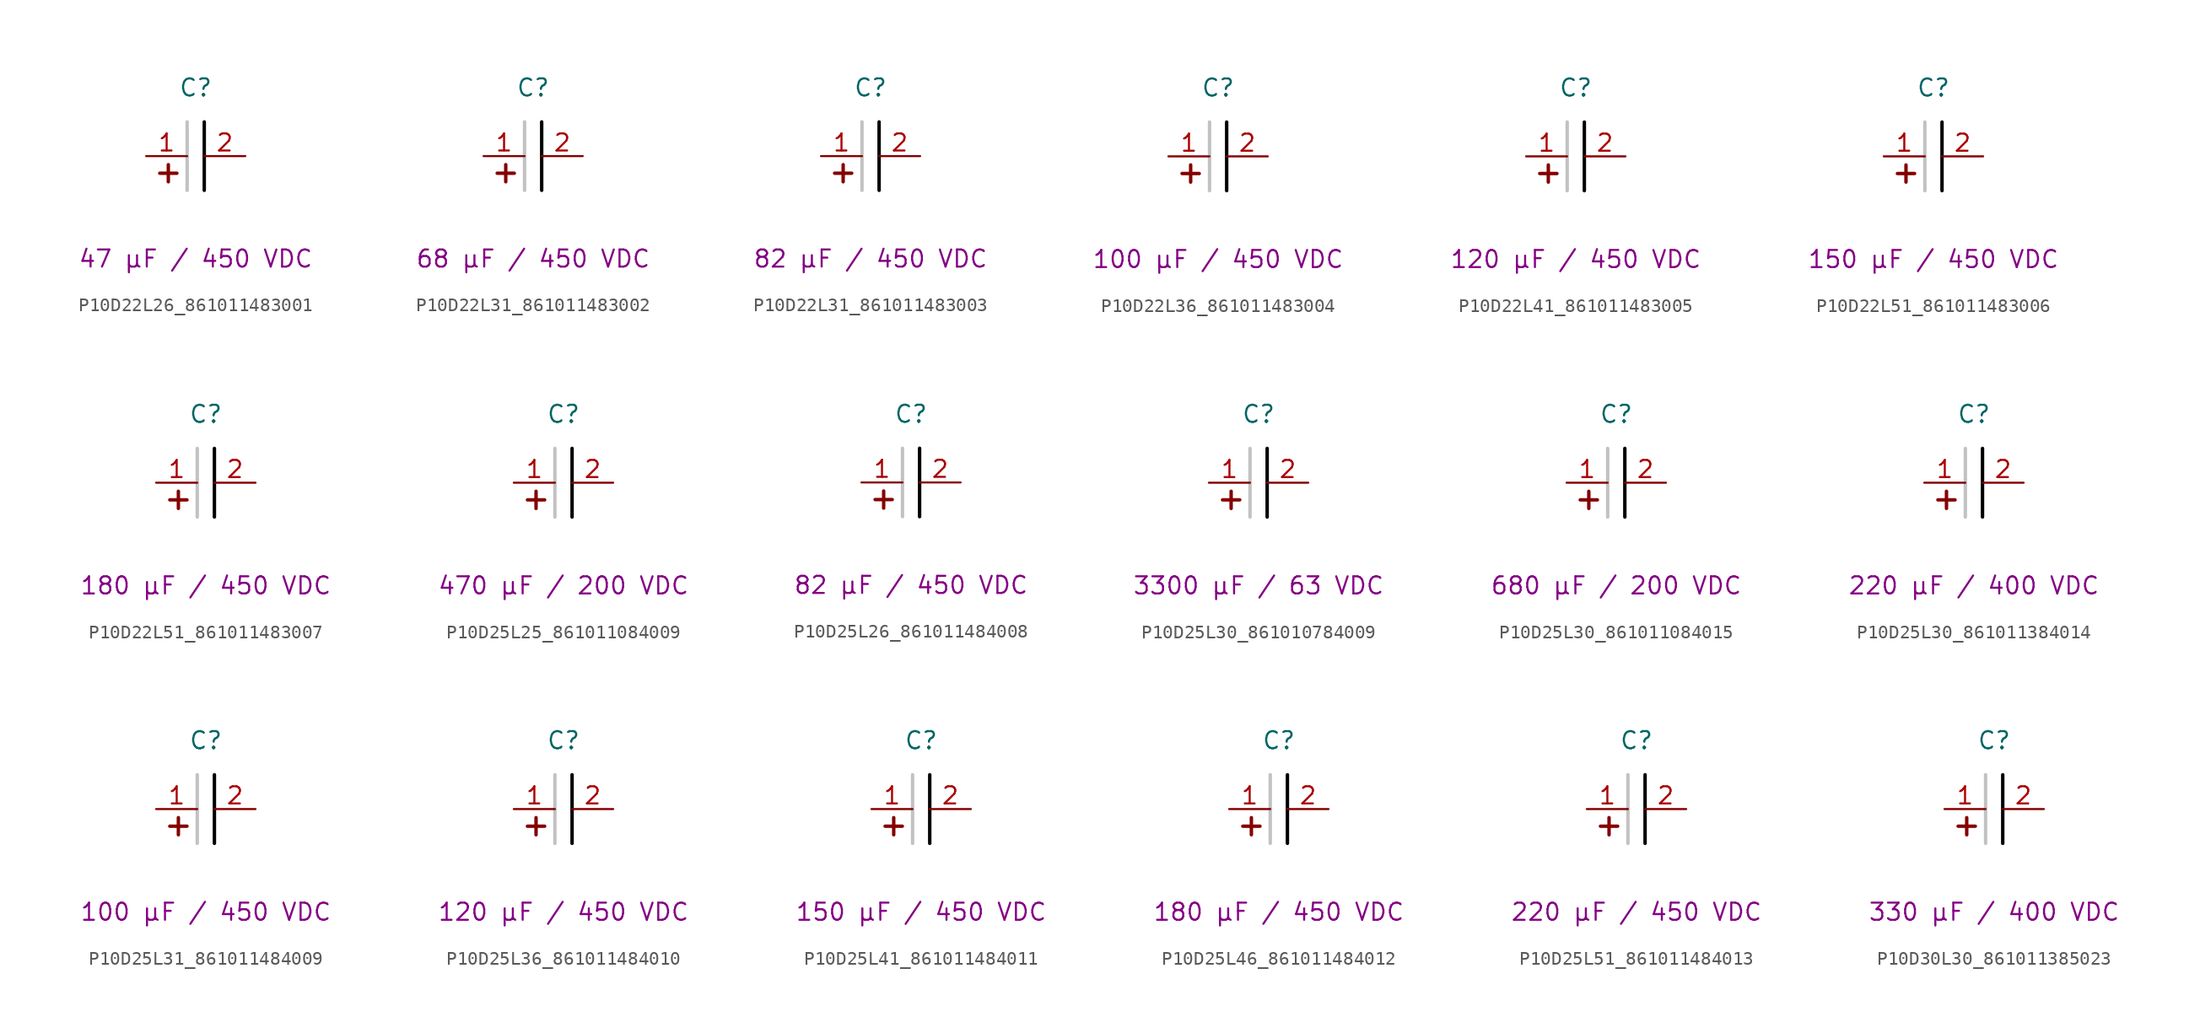
<source format=kicad_sym>
(kicad_symbol_lib
  (version 20220914)
  (generator kicad_symbol_editor)
  (symbol "P10D22L26_861011483001"
    (pin_names hide)
    (property "Reference" "C"
      (at 0 5.08 0)
      (effects (font (size 1.27 1.27))))
    (property "Critical Parameter" "47 µF / 450 VDC"
      (at 0 -7.62 0)
      (effects (font (size 1.27 1.27))))
    (symbol "P10D22L26_861011483001_1_1"
      (polyline (pts (xy -2.667 -1.27) (xy -1.397 -1.27)) (stroke (width 0.254) (type default)) (fill (type none)))
      (polyline (pts (xy -2.032 -0.635) (xy -2.032 -1.905)) (stroke (width 0.254) (type default)) (fill (type none)))
      (polyline (pts (xy -0.635 2.54) (xy -0.635 -2.54)) (stroke (width 0.254) (type default) (color 194 194 194 1)) (fill (type none)))
      (polyline (pts (xy 0.635 2.54) (xy 0.635 -2.54)) (stroke (width 0.254) (type default) (color 0 0 0 1)) (fill (type none)))
      (pin passive line (at -3.679 0 0) (length 3.044) (name "1" (effects (font (size 1.27 1.27)))) (number "1" (effects (font (size 1.27 1.27)))))
      (pin passive line (at 3.679 0 180) (length 3.044) (name "2" (effects (font (size 1.27 1.27)))) (number "2" (effects (font (size 1.27 1.27)))))))
  (symbol "P10D22L31_861011483002"
    (pin_names hide)
    (property "Reference" "C"
      (at 0 5.08 0)
      (effects (font (size 1.27 1.27))))
    (property "Critical Parameter" "68 µF / 450 VDC"
      (at 0 -7.62 0)
      (effects (font (size 1.27 1.27))))
    (symbol "P10D22L31_861011483002_1_1"
      (polyline (pts (xy -2.667 -1.27) (xy -1.397 -1.27)) (stroke (width 0.254) (type default)) (fill (type none)))
      (polyline (pts (xy -2.032 -0.635) (xy -2.032 -1.905)) (stroke (width 0.254) (type default)) (fill (type none)))
      (polyline (pts (xy -0.635 2.54) (xy -0.635 -2.54)) (stroke (width 0.254) (type default) (color 194 194 194 1)) (fill (type none)))
      (polyline (pts (xy 0.635 2.54) (xy 0.635 -2.54)) (stroke (width 0.254) (type default) (color 0 0 0 1)) (fill (type none)))
      (pin passive line (at -3.679 0 0) (length 3.044) (name "1" (effects (font (size 1.27 1.27)))) (number "1" (effects (font (size 1.27 1.27)))))
      (pin passive line (at 3.679 0 180) (length 3.044) (name "2" (effects (font (size 1.27 1.27)))) (number "2" (effects (font (size 1.27 1.27)))))))
  (symbol "P10D22L31_861011483003"
    (pin_names hide)
    (property "Reference" "C"
      (at 0 5.08 0)
      (effects (font (size 1.27 1.27))))
    (property "Critical Parameter" "82 µF / 450 VDC"
      (at 0 -7.62 0)
      (effects (font (size 1.27 1.27))))
    (symbol "P10D22L31_861011483003_1_1"
      (polyline (pts (xy -2.667 -1.27) (xy -1.397 -1.27)) (stroke (width 0.254) (type default)) (fill (type none)))
      (polyline (pts (xy -2.032 -0.635) (xy -2.032 -1.905)) (stroke (width 0.254) (type default)) (fill (type none)))
      (polyline (pts (xy -0.635 2.54) (xy -0.635 -2.54)) (stroke (width 0.254) (type default) (color 194 194 194 1)) (fill (type none)))
      (polyline (pts (xy 0.635 2.54) (xy 0.635 -2.54)) (stroke (width 0.254) (type default) (color 0 0 0 1)) (fill (type none)))
      (pin passive line (at -3.679 0 0) (length 3.044) (name "1" (effects (font (size 1.27 1.27)))) (number "1" (effects (font (size 1.27 1.27)))))
      (pin passive line (at 3.679 0 180) (length 3.044) (name "2" (effects (font (size 1.27 1.27)))) (number "2" (effects (font (size 1.27 1.27)))))))
  (symbol "P10D22L36_861011483004"
    (pin_names hide)
    (property "Reference" "C"
      (at 0 5.08 0)
      (effects (font (size 1.27 1.27))))
    (property "Critical Parameter" "100 µF / 450 VDC"
      (at 0 -7.62 0)
      (effects (font (size 1.27 1.27))))
    (symbol "P10D22L36_861011483004_1_1"
      (polyline (pts (xy -2.667 -1.27) (xy -1.397 -1.27)) (stroke (width 0.254) (type default)) (fill (type none)))
      (polyline (pts (xy -2.032 -0.635) (xy -2.032 -1.905)) (stroke (width 0.254) (type default)) (fill (type none)))
      (polyline (pts (xy -0.635 2.54) (xy -0.635 -2.54)) (stroke (width 0.254) (type default) (color 194 194 194 1)) (fill (type none)))
      (polyline (pts (xy 0.635 2.54) (xy 0.635 -2.54)) (stroke (width 0.254) (type default) (color 0 0 0 1)) (fill (type none)))
      (pin passive line (at -3.679 0 0) (length 3.044) (name "1" (effects (font (size 1.27 1.27)))) (number "1" (effects (font (size 1.27 1.27)))))
      (pin passive line (at 3.679 0 180) (length 3.044) (name "2" (effects (font (size 1.27 1.27)))) (number "2" (effects (font (size 1.27 1.27)))))))
  (symbol "P10D22L41_861011483005"
    (pin_names hide)
    (property "Reference" "C"
      (at 0 5.08 0)
      (effects (font (size 1.27 1.27))))
    (property "Critical Parameter" "120 µF / 450 VDC"
      (at 0 -7.62 0)
      (effects (font (size 1.27 1.27))))
    (symbol "P10D22L41_861011483005_1_1"
      (polyline (pts (xy -2.667 -1.27) (xy -1.397 -1.27)) (stroke (width 0.254) (type default)) (fill (type none)))
      (polyline (pts (xy -2.032 -0.635) (xy -2.032 -1.905)) (stroke (width 0.254) (type default)) (fill (type none)))
      (polyline (pts (xy -0.635 2.54) (xy -0.635 -2.54)) (stroke (width 0.254) (type default) (color 194 194 194 1)) (fill (type none)))
      (polyline (pts (xy 0.635 2.54) (xy 0.635 -2.54)) (stroke (width 0.254) (type default) (color 0 0 0 1)) (fill (type none)))
      (pin passive line (at -3.679 0 0) (length 3.044) (name "1" (effects (font (size 1.27 1.27)))) (number "1" (effects (font (size 1.27 1.27)))))
      (pin passive line (at 3.679 0 180) (length 3.044) (name "2" (effects (font (size 1.27 1.27)))) (number "2" (effects (font (size 1.27 1.27)))))))
  (symbol "P10D22L51_861011483006"
    (pin_names hide)
    (property "Reference" "C"
      (at 0 5.08 0)
      (effects (font (size 1.27 1.27))))
    (property "Critical Parameter" "150 µF / 450 VDC"
      (at 0 -7.62 0)
      (effects (font (size 1.27 1.27))))
    (symbol "P10D22L51_861011483006_1_1"
      (polyline (pts (xy -2.667 -1.27) (xy -1.397 -1.27)) (stroke (width 0.254) (type default)) (fill (type none)))
      (polyline (pts (xy -2.032 -0.635) (xy -2.032 -1.905)) (stroke (width 0.254) (type default)) (fill (type none)))
      (polyline (pts (xy -0.635 2.54) (xy -0.635 -2.54)) (stroke (width 0.254) (type default) (color 194 194 194 1)) (fill (type none)))
      (polyline (pts (xy 0.635 2.54) (xy 0.635 -2.54)) (stroke (width 0.254) (type default) (color 0 0 0 1)) (fill (type none)))
      (pin passive line (at -3.679 0 0) (length 3.044) (name "1" (effects (font (size 1.27 1.27)))) (number "1" (effects (font (size 1.27 1.27)))))
      (pin passive line (at 3.679 0 180) (length 3.044) (name "2" (effects (font (size 1.27 1.27)))) (number "2" (effects (font (size 1.27 1.27)))))))
  (symbol "P10D22L51_861011483007"
    (pin_names hide)
    (property "Reference" "C"
      (at 0 5.08 0)
      (effects (font (size 1.27 1.27))))
    (property "Critical Parameter" "180 µF / 450 VDC"
      (at 0 -7.62 0)
      (effects (font (size 1.27 1.27))))
    (symbol "P10D22L51_861011483007_1_1"
      (polyline (pts (xy -2.667 -1.27) (xy -1.397 -1.27)) (stroke (width 0.254) (type default)) (fill (type none)))
      (polyline (pts (xy -2.032 -0.635) (xy -2.032 -1.905)) (stroke (width 0.254) (type default)) (fill (type none)))
      (polyline (pts (xy -0.635 2.54) (xy -0.635 -2.54)) (stroke (width 0.254) (type default) (color 194 194 194 1)) (fill (type none)))
      (polyline (pts (xy 0.635 2.54) (xy 0.635 -2.54)) (stroke (width 0.254) (type default) (color 0 0 0 1)) (fill (type none)))
      (pin passive line (at -3.679 0 0) (length 3.044) (name "1" (effects (font (size 1.27 1.27)))) (number "1" (effects (font (size 1.27 1.27)))))
      (pin passive line (at 3.679 0 180) (length 3.044) (name "2" (effects (font (size 1.27 1.27)))) (number "2" (effects (font (size 1.27 1.27)))))))
  (symbol "P10D25L25_861011084009"
    (pin_names hide)
    (property "Reference" "C"
      (at 0 5.08 0)
      (effects (font (size 1.27 1.27))))
    (property "Critical Parameter" "470 µF / 200 VDC"
      (at 0 -7.62 0)
      (effects (font (size 1.27 1.27))))
    (symbol "P10D25L25_861011084009_1_1"
      (polyline (pts (xy -2.667 -1.27) (xy -1.397 -1.27)) (stroke (width 0.254) (type default)) (fill (type none)))
      (polyline (pts (xy -2.032 -0.635) (xy -2.032 -1.905)) (stroke (width 0.254) (type default)) (fill (type none)))
      (polyline (pts (xy -0.635 2.54) (xy -0.635 -2.54)) (stroke (width 0.254) (type default) (color 194 194 194 1)) (fill (type none)))
      (polyline (pts (xy 0.635 2.54) (xy 0.635 -2.54)) (stroke (width 0.254) (type default) (color 0 0 0 1)) (fill (type none)))
      (pin passive line (at -3.679 0 0) (length 3.044) (name "1" (effects (font (size 1.27 1.27)))) (number "1" (effects (font (size 1.27 1.27)))))
      (pin passive line (at 3.679 0 180) (length 3.044) (name "2" (effects (font (size 1.27 1.27)))) (number "2" (effects (font (size 1.27 1.27)))))))
  (symbol "P10D25L26_861011484008"
    (pin_names hide)
    (property "Reference" "C"
      (at 0 5.08 0)
      (effects (font (size 1.27 1.27))))
    (property "Critical Parameter" "82 µF / 450 VDC"
      (at 0 -7.62 0)
      (effects (font (size 1.27 1.27))))
    (symbol "P10D25L26_861011484008_1_1"
      (polyline (pts (xy -2.667 -1.27) (xy -1.397 -1.27)) (stroke (width 0.254) (type default)) (fill (type none)))
      (polyline (pts (xy -2.032 -0.635) (xy -2.032 -1.905)) (stroke (width 0.254) (type default)) (fill (type none)))
      (polyline (pts (xy -0.635 2.54) (xy -0.635 -2.54)) (stroke (width 0.254) (type default) (color 194 194 194 1)) (fill (type none)))
      (polyline (pts (xy 0.635 2.54) (xy 0.635 -2.54)) (stroke (width 0.254) (type default) (color 0 0 0 1)) (fill (type none)))
      (pin passive line (at -3.679 0 0) (length 3.044) (name "1" (effects (font (size 1.27 1.27)))) (number "1" (effects (font (size 1.27 1.27)))))
      (pin passive line (at 3.679 0 180) (length 3.044) (name "2" (effects (font (size 1.27 1.27)))) (number "2" (effects (font (size 1.27 1.27)))))))
  (symbol "P10D25L30_861010784009"
    (pin_names hide)
    (property "Reference" "C"
      (at 0 5.08 0)
      (effects (font (size 1.27 1.27))))
    (property "Critical Parameter" "3300 µF / 63 VDC"
      (at 0 -7.62 0)
      (effects (font (size 1.27 1.27))))
    (symbol "P10D25L30_861010784009_1_1"
      (polyline (pts (xy -2.667 -1.27) (xy -1.397 -1.27)) (stroke (width 0.254) (type default)) (fill (type none)))
      (polyline (pts (xy -2.032 -0.635) (xy -2.032 -1.905)) (stroke (width 0.254) (type default)) (fill (type none)))
      (polyline (pts (xy -0.635 2.54) (xy -0.635 -2.54)) (stroke (width 0.254) (type default) (color 194 194 194 1)) (fill (type none)))
      (polyline (pts (xy 0.635 2.54) (xy 0.635 -2.54)) (stroke (width 0.254) (type default) (color 0 0 0 1)) (fill (type none)))
      (pin passive line (at -3.679 0 0) (length 3.044) (name "1" (effects (font (size 1.27 1.27)))) (number "1" (effects (font (size 1.27 1.27)))))
      (pin passive line (at 3.679 0 180) (length 3.044) (name "2" (effects (font (size 1.27 1.27)))) (number "2" (effects (font (size 1.27 1.27)))))))
  (symbol "P10D25L30_861011084015"
    (pin_names hide)
    (property "Reference" "C"
      (at 0 5.08 0)
      (effects (font (size 1.27 1.27))))
    (property "Critical Parameter" "680 µF / 200 VDC"
      (at 0 -7.62 0)
      (effects (font (size 1.27 1.27))))
    (symbol "P10D25L30_861011084015_1_1"
      (polyline (pts (xy -2.667 -1.27) (xy -1.397 -1.27)) (stroke (width 0.254) (type default)) (fill (type none)))
      (polyline (pts (xy -2.032 -0.635) (xy -2.032 -1.905)) (stroke (width 0.254) (type default)) (fill (type none)))
      (polyline (pts (xy -0.635 2.54) (xy -0.635 -2.54)) (stroke (width 0.254) (type default) (color 194 194 194 1)) (fill (type none)))
      (polyline (pts (xy 0.635 2.54) (xy 0.635 -2.54)) (stroke (width 0.254) (type default) (color 0 0 0 1)) (fill (type none)))
      (pin passive line (at -3.679 0 0) (length 3.044) (name "1" (effects (font (size 1.27 1.27)))) (number "1" (effects (font (size 1.27 1.27)))))
      (pin passive line (at 3.679 0 180) (length 3.044) (name "2" (effects (font (size 1.27 1.27)))) (number "2" (effects (font (size 1.27 1.27)))))))
  (symbol "P10D25L30_861011384014"
    (pin_names hide)
    (property "Reference" "C"
      (at 0 5.08 0)
      (effects (font (size 1.27 1.27))))
    (property "Critical Parameter" "220 µF / 400 VDC"
      (at 0 -7.62 0)
      (effects (font (size 1.27 1.27))))
    (symbol "P10D25L30_861011384014_1_1"
      (polyline (pts (xy -2.667 -1.27) (xy -1.397 -1.27)) (stroke (width 0.254) (type default)) (fill (type none)))
      (polyline (pts (xy -2.032 -0.635) (xy -2.032 -1.905)) (stroke (width 0.254) (type default)) (fill (type none)))
      (polyline (pts (xy -0.635 2.54) (xy -0.635 -2.54)) (stroke (width 0.254) (type default) (color 194 194 194 1)) (fill (type none)))
      (polyline (pts (xy 0.635 2.54) (xy 0.635 -2.54)) (stroke (width 0.254) (type default) (color 0 0 0 1)) (fill (type none)))
      (pin passive line (at -3.679 0 0) (length 3.044) (name "1" (effects (font (size 1.27 1.27)))) (number "1" (effects (font (size 1.27 1.27)))))
      (pin passive line (at 3.679 0 180) (length 3.044) (name "2" (effects (font (size 1.27 1.27)))) (number "2" (effects (font (size 1.27 1.27)))))))
  (symbol "P10D25L31_861011484009"
    (pin_names hide)
    (property "Reference" "C"
      (at 0 5.08 0)
      (effects (font (size 1.27 1.27))))
    (property "Critical Parameter" "100 µF / 450 VDC"
      (at 0 -7.62 0)
      (effects (font (size 1.27 1.27))))
    (symbol "P10D25L31_861011484009_1_1"
      (polyline (pts (xy -2.667 -1.27) (xy -1.397 -1.27)) (stroke (width 0.254) (type default)) (fill (type none)))
      (polyline (pts (xy -2.032 -0.635) (xy -2.032 -1.905)) (stroke (width 0.254) (type default)) (fill (type none)))
      (polyline (pts (xy -0.635 2.54) (xy -0.635 -2.54)) (stroke (width 0.254) (type default) (color 194 194 194 1)) (fill (type none)))
      (polyline (pts (xy 0.635 2.54) (xy 0.635 -2.54)) (stroke (width 0.254) (type default) (color 0 0 0 1)) (fill (type none)))
      (pin passive line (at -3.679 0 0) (length 3.044) (name "1" (effects (font (size 1.27 1.27)))) (number "1" (effects (font (size 1.27 1.27)))))
      (pin passive line (at 3.679 0 180) (length 3.044) (name "2" (effects (font (size 1.27 1.27)))) (number "2" (effects (font (size 1.27 1.27)))))))
  (symbol "P10D25L36_861011484010"
    (pin_names hide)
    (property "Reference" "C"
      (at 0 5.08 0)
      (effects (font (size 1.27 1.27))))
    (property "Critical Parameter" "120 µF / 450 VDC"
      (at 0 -7.62 0)
      (effects (font (size 1.27 1.27))))
    (symbol "P10D25L36_861011484010_1_1"
      (polyline (pts (xy -2.667 -1.27) (xy -1.397 -1.27)) (stroke (width 0.254) (type default)) (fill (type none)))
      (polyline (pts (xy -2.032 -0.635) (xy -2.032 -1.905)) (stroke (width 0.254) (type default)) (fill (type none)))
      (polyline (pts (xy -0.635 2.54) (xy -0.635 -2.54)) (stroke (width 0.254) (type default) (color 194 194 194 1)) (fill (type none)))
      (polyline (pts (xy 0.635 2.54) (xy 0.635 -2.54)) (stroke (width 0.254) (type default) (color 0 0 0 1)) (fill (type none)))
      (pin passive line (at -3.679 0 0) (length 3.044) (name "1" (effects (font (size 1.27 1.27)))) (number "1" (effects (font (size 1.27 1.27)))))
      (pin passive line (at 3.679 0 180) (length 3.044) (name "2" (effects (font (size 1.27 1.27)))) (number "2" (effects (font (size 1.27 1.27)))))))
  (symbol "P10D25L41_861011484011"
    (pin_names hide)
    (property "Reference" "C"
      (at 0 5.08 0)
      (effects (font (size 1.27 1.27))))
    (property "Critical Parameter" "150 µF / 450 VDC"
      (at 0 -7.62 0)
      (effects (font (size 1.27 1.27))))
    (symbol "P10D25L41_861011484011_1_1"
      (polyline (pts (xy -2.667 -1.27) (xy -1.397 -1.27)) (stroke (width 0.254) (type default)) (fill (type none)))
      (polyline (pts (xy -2.032 -0.635) (xy -2.032 -1.905)) (stroke (width 0.254) (type default)) (fill (type none)))
      (polyline (pts (xy -0.635 2.54) (xy -0.635 -2.54)) (stroke (width 0.254) (type default) (color 194 194 194 1)) (fill (type none)))
      (polyline (pts (xy 0.635 2.54) (xy 0.635 -2.54)) (stroke (width 0.254) (type default) (color 0 0 0 1)) (fill (type none)))
      (pin passive line (at -3.679 0 0) (length 3.044) (name "1" (effects (font (size 1.27 1.27)))) (number "1" (effects (font (size 1.27 1.27)))))
      (pin passive line (at 3.679 0 180) (length 3.044) (name "2" (effects (font (size 1.27 1.27)))) (number "2" (effects (font (size 1.27 1.27)))))))
  (symbol "P10D25L46_861011484012"
    (pin_names hide)
    (property "Reference" "C"
      (at 0 5.08 0)
      (effects (font (size 1.27 1.27))))
    (property "Critical Parameter" "180 µF / 450 VDC"
      (at 0 -7.62 0)
      (effects (font (size 1.27 1.27))))
    (symbol "P10D25L46_861011484012_1_1"
      (polyline (pts (xy -2.667 -1.27) (xy -1.397 -1.27)) (stroke (width 0.254) (type default)) (fill (type none)))
      (polyline (pts (xy -2.032 -0.635) (xy -2.032 -1.905)) (stroke (width 0.254) (type default)) (fill (type none)))
      (polyline (pts (xy -0.635 2.54) (xy -0.635 -2.54)) (stroke (width 0.254) (type default) (color 194 194 194 1)) (fill (type none)))
      (polyline (pts (xy 0.635 2.54) (xy 0.635 -2.54)) (stroke (width 0.254) (type default) (color 0 0 0 1)) (fill (type none)))
      (pin passive line (at -3.679 0 0) (length 3.044) (name "1" (effects (font (size 1.27 1.27)))) (number "1" (effects (font (size 1.27 1.27)))))
      (pin passive line (at 3.679 0 180) (length 3.044) (name "2" (effects (font (size 1.27 1.27)))) (number "2" (effects (font (size 1.27 1.27)))))))
  (symbol "P10D25L51_861011484013"
    (pin_names hide)
    (property "Reference" "C"
      (at 0 5.08 0)
      (effects (font (size 1.27 1.27))))
    (property "Critical Parameter" "220 µF / 450 VDC"
      (at 0 -7.62 0)
      (effects (font (size 1.27 1.27))))
    (symbol "P10D25L51_861011484013_1_1"
      (polyline (pts (xy -2.667 -1.27) (xy -1.397 -1.27)) (stroke (width 0.254) (type default)) (fill (type none)))
      (polyline (pts (xy -2.032 -0.635) (xy -2.032 -1.905)) (stroke (width 0.254) (type default)) (fill (type none)))
      (polyline (pts (xy -0.635 2.54) (xy -0.635 -2.54)) (stroke (width 0.254) (type default) (color 194 194 194 1)) (fill (type none)))
      (polyline (pts (xy 0.635 2.54) (xy 0.635 -2.54)) (stroke (width 0.254) (type default) (color 0 0 0 1)) (fill (type none)))
      (pin passive line (at -3.679 0 0) (length 3.044) (name "1" (effects (font (size 1.27 1.27)))) (number "1" (effects (font (size 1.27 1.27)))))
      (pin passive line (at 3.679 0 180) (length 3.044) (name "2" (effects (font (size 1.27 1.27)))) (number "2" (effects (font (size 1.27 1.27)))))))
  (symbol "P10D30L30_861011385023"
    (pin_names hide)
    (property "Reference" "C"
      (at 0 5.08 0)
      (effects (font (size 1.27 1.27))))
    (property "Critical Parameter" "330 µF / 400 VDC"
      (at 0 -7.62 0)
      (effects (font (size 1.27 1.27))))
    (symbol "P10D30L30_861011385023_1_1"
      (polyline (pts (xy -2.667 -1.27) (xy -1.397 -1.27)) (stroke (width 0.254) (type default)) (fill (type none)))
      (polyline (pts (xy -2.032 -0.635) (xy -2.032 -1.905)) (stroke (width 0.254) (type default)) (fill (type none)))
      (polyline (pts (xy -0.635 2.54) (xy -0.635 -2.54)) (stroke (width 0.254) (type default) (color 194 194 194 1)) (fill (type none)))
      (polyline (pts (xy 0.635 2.54) (xy 0.635 -2.54)) (stroke (width 0.254) (type default) (color 0 0 0 1)) (fill (type none)))
      (pin passive line (at -3.679 0 0) (length 3.044) (name "1" (effects (font (size 1.27 1.27)))) (number "1" (effects (font (size 1.27 1.27)))))
      (pin passive line (at 3.679 0 180) (length 3.044) (name "2" (effects (font (size 1.27 1.27)))) (number "2" (effects (font (size 1.27 1.27))))))))
</source>
